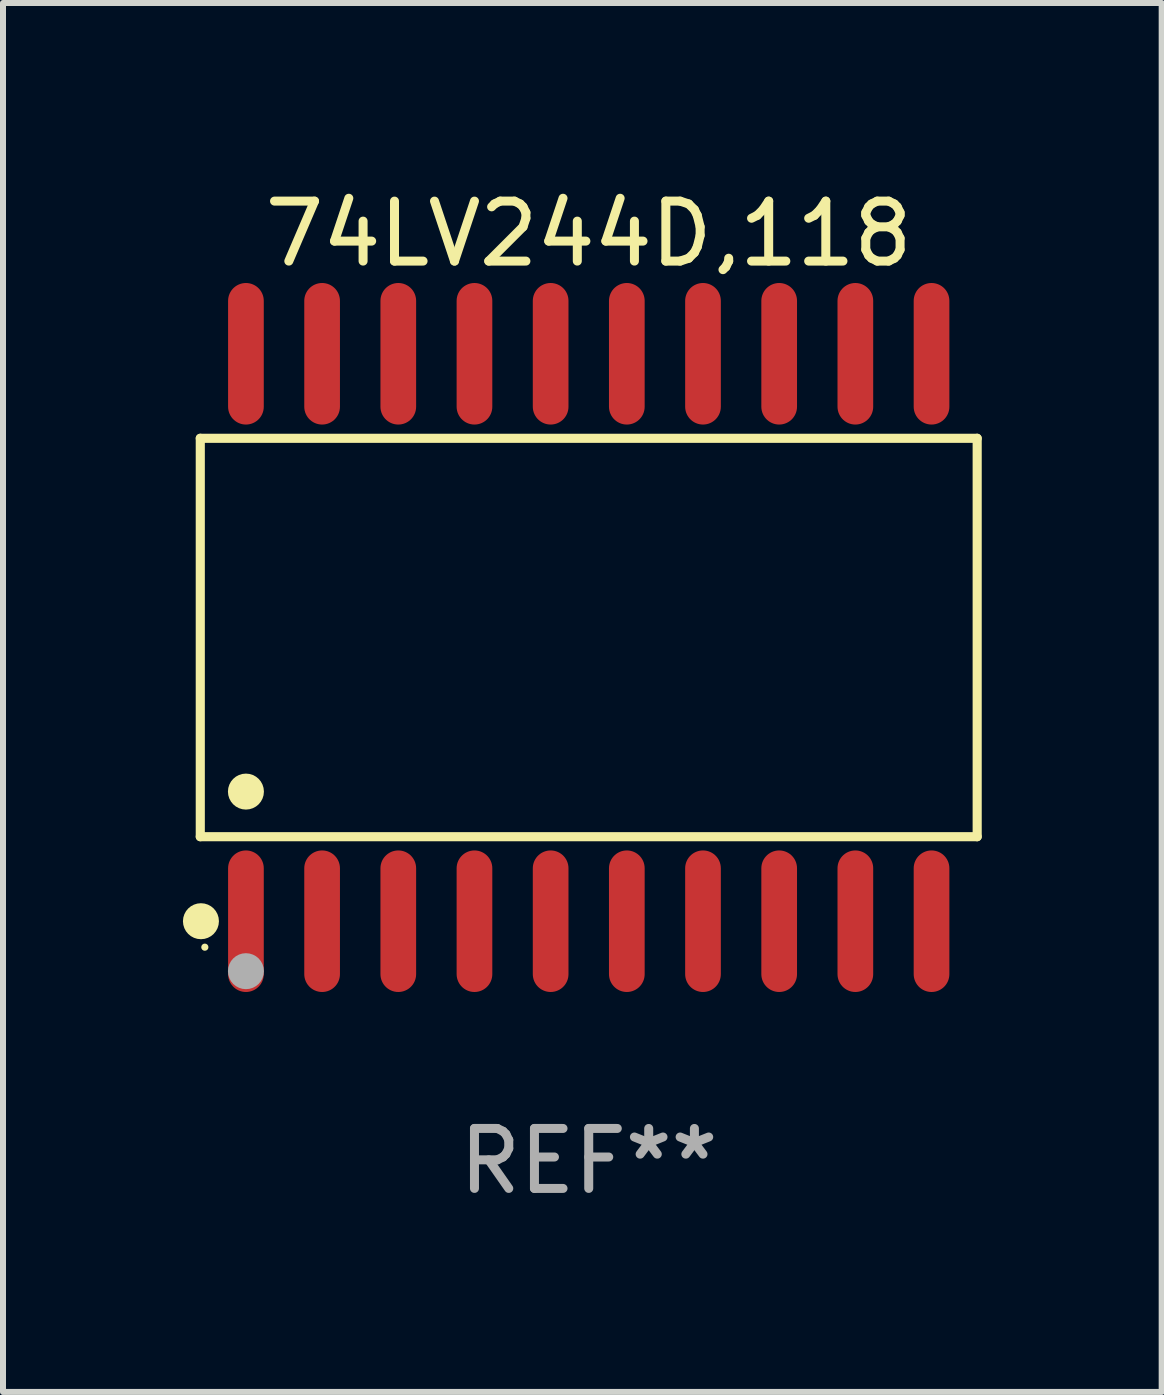
<source format=kicad_pcb>
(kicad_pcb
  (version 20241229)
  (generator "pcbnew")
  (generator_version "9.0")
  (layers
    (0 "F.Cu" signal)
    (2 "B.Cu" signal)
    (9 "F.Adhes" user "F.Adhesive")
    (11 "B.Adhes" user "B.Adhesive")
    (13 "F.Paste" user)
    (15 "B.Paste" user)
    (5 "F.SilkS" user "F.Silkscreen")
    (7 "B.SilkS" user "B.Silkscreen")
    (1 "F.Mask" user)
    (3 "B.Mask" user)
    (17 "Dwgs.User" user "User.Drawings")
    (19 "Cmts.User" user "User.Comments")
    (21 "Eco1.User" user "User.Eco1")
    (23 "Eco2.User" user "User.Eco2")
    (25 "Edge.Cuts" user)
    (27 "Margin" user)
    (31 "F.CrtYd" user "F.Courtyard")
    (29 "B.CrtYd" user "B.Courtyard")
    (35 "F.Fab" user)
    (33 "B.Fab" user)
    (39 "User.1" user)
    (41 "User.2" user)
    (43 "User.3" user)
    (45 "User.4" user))
  (footprint "74LV244D,118"
    (layer "F.Cu")
    (at 6.765 7.578)
    (property "Reference" "74LV244D,118" (at 0 -6.73 0) (layer "F.SilkS") (effects (font (size 1 1) (thickness 0.15))))
    (attr through_hole)
    (fp_line (start -6.476 -3.321) (end 6.476 -3.321) (stroke (width 0.152) (type solid)) (layer "F.SilkS"))
    (fp_line (start -6.476 3.321) (end -6.476 -3.321) (stroke (width 0.152) (type solid)) (layer "F.SilkS"))
    (fp_line (start 6.476 -3.321) (end 6.476 3.321) (stroke (width 0.152) (type solid)) (layer "F.SilkS"))
    (fp_line (start 6.476 3.321) (end -6.476 3.321) (stroke (width 0.152) (type solid)) (layer "F.SilkS"))
    (fp_circle (center -6.465 4.73) (end -6.315 4.73) (stroke (width 0.3) (type solid)) (fill no) (layer "F.SilkS"))
    (fp_circle (center -6.4 5.163) (end -6.37 5.163) (stroke (width 0.06) (type solid)) (fill no) (layer "F.SilkS"))
    (fp_circle (center -5.715 2.569) (end -5.565 2.569) (stroke (width 0.3) (type solid)) (fill no) (layer "F.SilkS"))
    (fp_circle (center -5.715 5.563) (end -5.565 5.563) (stroke (width 0.3) (type solid)) (fill no) (layer "F.Fab"))
    (fp_text user "REF**" (at 0 8.73 0) (layer "F.Fab") (effects (font (size 1 1) (thickness 0.15))))
    (pad "1" smd oval (at -5.715 4.73) (size 0.595 2.36) (layers "F.Cu" "F.Mask" "F.Paste"))
    (pad "2" smd oval (at -4.445 4.73) (size 0.595 2.36) (layers "F.Cu" "F.Mask" "F.Paste"))
    (pad "3" smd oval (at -3.175 4.73) (size 0.595 2.36) (layers "F.Cu" "F.Mask" "F.Paste"))
    (pad "4" smd oval (at -1.905 4.73) (size 0.595 2.36) (layers "F.Cu" "F.Mask" "F.Paste"))
    (pad "5" smd oval (at -0.635 4.73) (size 0.595 2.36) (layers "F.Cu" "F.Mask" "F.Paste"))
    (pad "6" smd oval (at 0.635 4.73) (size 0.595 2.36) (layers "F.Cu" "F.Mask" "F.Paste"))
    (pad "7" smd oval (at 1.905 4.73) (size 0.595 2.36) (layers "F.Cu" "F.Mask" "F.Paste"))
    (pad "8" smd oval (at 3.175 4.73) (size 0.595 2.36) (layers "F.Cu" "F.Mask" "F.Paste"))
    (pad "9" smd oval (at 4.445 4.73) (size 0.595 2.36) (layers "F.Cu" "F.Mask" "F.Paste"))
    (pad "10" smd oval (at 5.715 4.73) (size 0.595 2.36) (layers "F.Cu" "F.Mask" "F.Paste"))
    (pad "11" smd oval (at 5.715 -4.73) (size 0.595 2.36) (layers "F.Cu" "F.Mask" "F.Paste"))
    (pad "12" smd oval (at 4.445 -4.73) (size 0.595 2.36) (layers "F.Cu" "F.Mask" "F.Paste"))
    (pad "13" smd oval (at 3.175 -4.73) (size 0.595 2.36) (layers "F.Cu" "F.Mask" "F.Paste"))
    (pad "14" smd oval (at 1.905 -4.73) (size 0.595 2.36) (layers "F.Cu" "F.Mask" "F.Paste"))
    (pad "15" smd oval (at 0.635 -4.73) (size 0.595 2.36) (layers "F.Cu" "F.Mask" "F.Paste"))
    (pad "16" smd oval (at -0.635 -4.73) (size 0.595 2.36) (layers "F.Cu" "F.Mask" "F.Paste"))
    (pad "17" smd oval (at -1.905 -4.73) (size 0.595 2.36) (layers "F.Cu" "F.Mask" "F.Paste"))
    (pad "18" smd oval (at -3.175 -4.73) (size 0.595 2.36) (layers "F.Cu" "F.Mask" "F.Paste"))
    (pad "19" smd oval (at -4.445 -4.73) (size 0.595 2.36) (layers "F.Cu" "F.Mask" "F.Paste"))
    (pad "20" smd oval (at -5.715 -4.73) (size 0.595 2.36) (layers "F.Cu" "F.Mask" "F.Paste")))
  (gr_rect
    (start -3 -3)
    (end 16.317 20.156)
    (stroke (width 0.1) (type default))
    (fill no)
    (layer "Edge.Cuts")))
</source>
